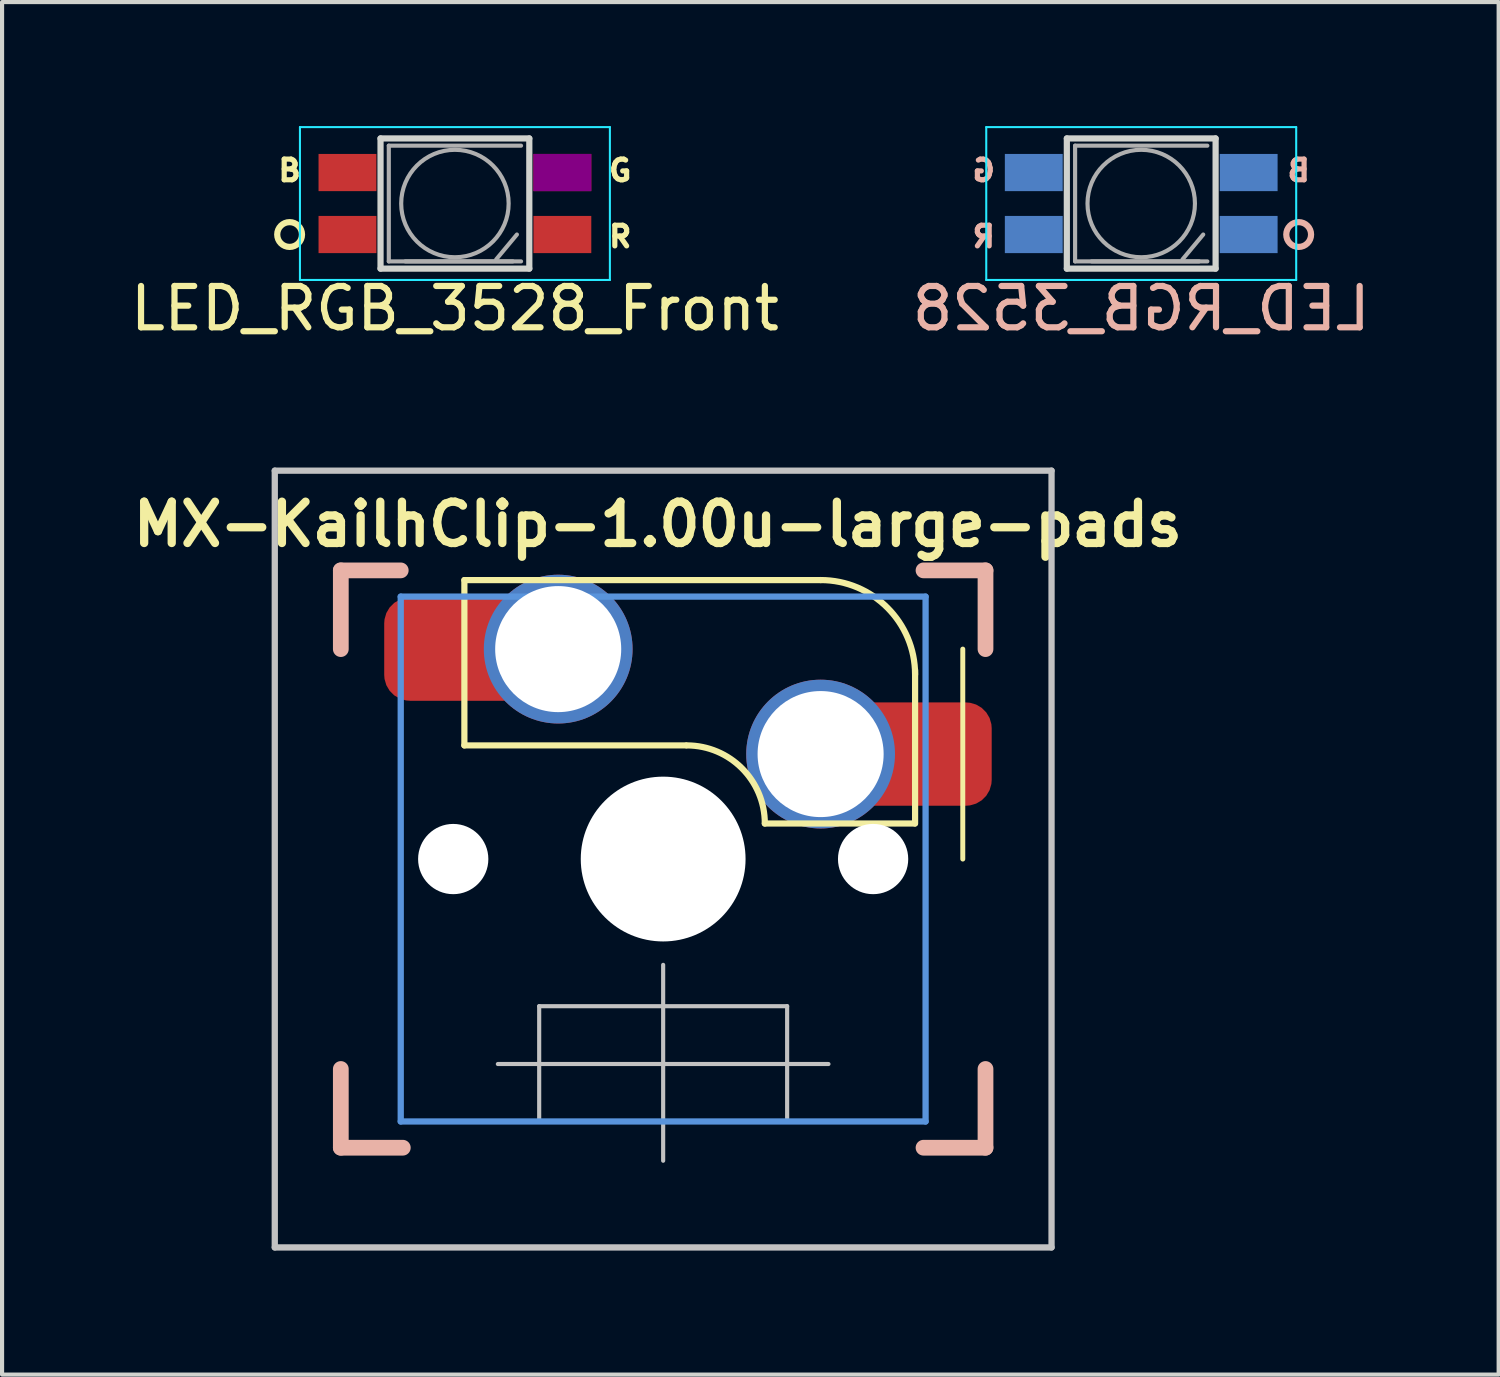
<source format=kicad_pcb>
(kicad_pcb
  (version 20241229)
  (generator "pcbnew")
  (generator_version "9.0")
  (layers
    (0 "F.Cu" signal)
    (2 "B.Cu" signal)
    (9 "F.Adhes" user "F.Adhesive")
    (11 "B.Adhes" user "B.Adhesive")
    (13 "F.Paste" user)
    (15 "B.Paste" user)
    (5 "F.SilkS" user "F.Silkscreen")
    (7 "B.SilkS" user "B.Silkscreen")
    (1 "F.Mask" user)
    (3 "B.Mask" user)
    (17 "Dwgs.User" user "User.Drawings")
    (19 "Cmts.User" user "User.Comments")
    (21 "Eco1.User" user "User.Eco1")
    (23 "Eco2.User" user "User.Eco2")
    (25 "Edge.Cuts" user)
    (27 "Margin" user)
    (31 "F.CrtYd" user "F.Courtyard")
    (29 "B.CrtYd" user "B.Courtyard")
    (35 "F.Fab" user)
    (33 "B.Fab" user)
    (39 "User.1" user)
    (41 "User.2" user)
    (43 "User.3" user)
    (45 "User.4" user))
  (footprint "MX-KailhClip-1.00u-large-pads"
    (layer "F.Cu")
    (at 12.997 17.737)
    (property "Reference" "MX-KailhClip-1.00u-large-pads" (at -0.13 -8.1 0) (layer "F.SilkS") (effects (font (size 1 1) (thickness 0.2))))
    (attr through_hole)
    (fp_line (start -4.81 -6.75) (end -4.81 -2.75) (stroke (width 0.15) (type solid)) (layer "F.SilkS"))
    (fp_line (start -4.81 -6.75) (end 3.81 -6.75) (stroke (width 0.15) (type solid)) (layer "F.SilkS"))
    (fp_line (start -4.81 -2.75) (end 0.55 -2.75) (stroke (width 0.15) (type solid)) (layer "F.SilkS"))
    (fp_line (start 6.088 -0.86) (end 2.46 -0.86) (stroke (width 0.15) (type solid)) (layer "F.SilkS"))
    (fp_line (start 6.096 -4.572) (end 6.096 -0.86) (stroke (width 0.15) (type solid)) (layer "F.SilkS"))
    (fp_line (start 7.25 -5.08) (end 7.25 0) (stroke (width 0.12) (type solid)) (layer "F.SilkS"))
    (fp_arc (start 0.57 -2.75) (mid 1.906432 -2.196432) (end 2.46 -0.86) (stroke (width 0.15) (type solid)) (layer "F.SilkS"))
    (fp_arc (start 3.81 -6.751) (mid 5.426446 -6.081446) (end 6.096 -4.465) (stroke (width 0.15) (type solid)) (layer "F.SilkS"))
    (fp_line (start -7.8 -6.985) (end -6.35 -6.985) (stroke (width 0.381) (type solid)) (layer "B.SilkS"))
    (fp_line (start -7.8 -5.08) (end -7.8 -6.985) (stroke (width 0.381) (type solid)) (layer "B.SilkS"))
    (fp_line (start -7.8 6.985) (end -7.8 5.08) (stroke (width 0.381) (type solid)) (layer "B.SilkS"))
    (fp_line (start -6.3 6.985) (end -7.8 6.985) (stroke (width 0.381) (type solid)) (layer "B.SilkS"))
    (fp_line (start 6.3 -6.985) (end 7.8 -6.985) (stroke (width 0.381) (type solid)) (layer "B.SilkS"))
    (fp_line (start 7.8 -6.985) (end 7.8 -5.08) (stroke (width 0.381) (type solid)) (layer "B.SilkS"))
    (fp_line (start 7.8 5.08) (end 7.8 6.985) (stroke (width 0.381) (type solid)) (layer "B.SilkS"))
    (fp_line (start 7.8 6.985) (end 6.3 6.985) (stroke (width 0.381) (type solid)) (layer "B.SilkS"))
    (fp_line (start -9.398 -9.398) (end 9.398 -9.398) (stroke (width 0.152) (type solid)) (layer "Dwgs.User"))
    (fp_line (start -9.398 9.398) (end -9.398 -9.398) (stroke (width 0.152) (type solid)) (layer "Dwgs.User"))
    (fp_line (start -4 4.96) (end 4 4.96) (stroke (width 0.1) (type solid)) (layer "Dwgs.User"))
    (fp_line (start -3 3.56) (end -3 6.36) (stroke (width 0.1) (type solid)) (layer "Dwgs.User"))
    (fp_line (start -3 3.56) (end 3 3.56) (stroke (width 0.1) (type solid)) (layer "Dwgs.User"))
    (fp_line (start 0 2.56) (end 0 7.3) (stroke (width 0.1) (type solid)) (layer "Dwgs.User"))
    (fp_line (start 3 3.56) (end 3 6.36) (stroke (width 0.1) (type solid)) (layer "Dwgs.User"))
    (fp_line (start 3 6.36) (end -3 6.36) (stroke (width 0.1) (type solid)) (layer "Dwgs.User"))
    (fp_line (start 9.398 -9.398) (end 9.398 9.398) (stroke (width 0.152) (type solid)) (layer "Dwgs.User"))
    (fp_line (start 9.398 9.398) (end -9.398 9.398) (stroke (width 0.152) (type solid)) (layer "Dwgs.User"))
    (fp_line (start -6.35 -6.35) (end 6.35 -6.35) (stroke (width 0.152) (type solid)) (layer "Cmts.User"))
    (fp_line (start -6.35 6.35) (end -6.35 -6.35) (stroke (width 0.152) (type solid)) (layer "Cmts.User"))
    (fp_line (start 6.35 -6.35) (end 6.35 6.35) (stroke (width 0.152) (type solid)) (layer "Cmts.User"))
    (fp_line (start 6.35 6.35) (end -6.35 6.35) (stroke (width 0.152) (type solid)) (layer "Cmts.User"))
    (fp_line (start -7.8 -6.985) (end 7.8 -6.985) (stroke (width 0.152) (type solid)) (layer "Eco1.User"))
    (fp_line (start -7.8 6.985) (end -7.8 -6.985) (stroke (width 0.152) (type solid)) (layer "Eco1.User"))
    (fp_line (start 7.8 -6.985) (end 7.8 6.985) (stroke (width 0.152) (type solid)) (layer "Eco1.User"))
    (fp_line (start 7.8 6.985) (end -7.8 6.985) (stroke (width 0.152) (type solid)) (layer "Eco1.User"))
    (fp_line (start -7 -7) (end 7 -7) (stroke (width 0.01) (type solid)) (layer "Eco2.User"))
    (fp_line (start -7 7) (end -7 -7) (stroke (width 0.01) (type solid)) (layer "Eco2.User"))
    (fp_line (start 7 -7) (end 7 7) (stroke (width 0.01) (type solid)) (layer "Eco2.User"))
    (fp_line (start 7 7) (end -7 7) (stroke (width 0.01) (type solid)) (layer "Eco2.User"))
    (pad "" np_thru_hole circle (at -5.08 0) (size 1.7 1.7) (drill 1.7) (layers "*.Cu" "*.Mask"))
    (pad "" np_thru_hole circle (at 0 0) (size 3.988 3.988) (drill 3.988) (layers "*.Cu" "*.Mask"))
    (pad "" np_thru_hole circle (at 5.08 0) (size 1.7 1.7) (drill 1.7) (layers "*.Cu" "*.Mask"))
    (pad "1" smd roundrect (at -5 -5.08) (size 3.5 2.5) (layers "F.Cu" "F.Mask" "F.Paste") (roundrect_rratio 0.25))
    (pad "1" thru_hole circle (at -2.54 -5.08) (size 3.6 3.6) (drill 3.05) (layers "*.Cu" "*.Mask"))
    (pad "2" thru_hole circle (at 3.81 -2.54) (size 3.6 3.6) (drill 3.05) (layers "*.Cu" "*.Mask"))
    (pad "2" smd roundrect (at 6.2 -2.54) (size 3.5 2.5) (layers "F.Cu" "F.Mask" "F.Paste") (roundrect_rratio 0.25)))
  (footprint "LED_RGB_3528_Front"
    (layer "F.Cu")
    (at 7.958 1.875)
    (property "Reference" "LED_RGB_3528_Front" (at 0 2.54 0) (layer "F.SilkS") (effects (font (size 1 1) (thickness 0.15))))
    (property "Value" "${VALUE}" (at -0.2 -2.4 0) (layer "F.Fab") (hide yes) (effects (font (size 1 1) (thickness 0.15))))
    (attr smd)
    (fp_circle (center -4 0.75) (end -3.7 0.75) (stroke (width 0.15) (type solid)) (fill no) (layer "F.SilkS"))
    (fp_line (start -1.78 -1.59) (end -1.78 1.59) (stroke (width 0.05) (type solid)) (layer "B.SilkS"))
    (fp_line (start -1.78 -1.59) (end 1.78 -1.59) (stroke (width 0.05) (type solid)) (layer "B.SilkS"))
    (fp_line (start 1.78 -1.59) (end 1.78 1.59) (stroke (width 0.05) (type solid)) (layer "B.SilkS"))
    (fp_line (start 1.78 1.59) (end -1.78 1.59) (stroke (width 0.05) (type solid)) (layer "B.SilkS"))
    (fp_line (start -1.8 -1.575) (end 1.8 -1.575) (stroke (width 0.15) (type solid)) (layer "Edge.Cuts"))
    (fp_line (start -1.8 1.575) (end -1.8 -1.575) (stroke (width 0.15) (type solid)) (layer "Edge.Cuts"))
    (fp_line (start 1.8 -1.575) (end 1.8 1.575) (stroke (width 0.15) (type solid)) (layer "Edge.Cuts"))
    (fp_line (start 1.8 1.575) (end -1.8 1.575) (stroke (width 0.15) (type solid)) (layer "Edge.Cuts"))
    (fp_line (start -3.75 -1.85) (end -3.75 1.85) (stroke (width 0.05) (type solid)) (layer "B.CrtYd"))
    (fp_line (start -3.75 1.85) (end 3.75 1.85) (stroke (width 0.05) (type solid)) (layer "B.CrtYd"))
    (fp_line (start 3.75 -1.85) (end -3.75 -1.85) (stroke (width 0.05) (type solid)) (layer "B.CrtYd"))
    (fp_line (start 3.75 1.85) (end 3.75 -1.85) (stroke (width 0.05) (type solid)) (layer "B.CrtYd"))
    (fp_line (start -1.6 -1.4) (end -1.6 1.4) (stroke (width 0.1) (type solid)) (layer "F.Fab"))
    (fp_line (start -1.6 1.4) (end 1.4 1.4) (stroke (width 0.1) (type solid)) (layer "F.Fab"))
    (fp_line (start 1 1.35) (end 1.5 0.75) (stroke (width 0.1) (type solid)) (layer "F.Fab"))
    (fp_line (start 1.6 -1.4) (end -1.6 -1.4) (stroke (width 0.1) (type solid)) (layer "F.Fab"))
    (fp_line (start 1.6 1.4) (end -1.2 1.4) (stroke (width 0.1) (type solid)) (layer "F.Fab"))
    (fp_circle (center 0 0) (end 0 -1.3) (stroke (width 0.1) (type solid)) (fill no) (layer "F.Fab"))
    (fp_text user "G" (at 4 -0.8 0) (layer "F.SilkS") (effects (font (size 0.5 0.5) (thickness 0.125))))
    (fp_text user "R" (at 4 0.8 0) (layer "F.SilkS") (effects (font (size 0.5 0.5) (thickness 0.125))))
    (fp_text user "B" (at -4 -0.8 0) (layer "F.SilkS") (effects (font (size 0.5 0.5) (thickness 0.125))))
    (pad "1" smd rect (at 2.6 -0.75) (size 1.4 0.9) (layers "F.Cu" "F.Mask" "F.Adhes" "F.Paste"))
    (pad "2" smd rect (at 2.6 0.75) (size 1.4 0.9) (layers "F.Cu" "F.Mask" "F.Paste"))
    (pad "3" smd rect (at -2.6 -0.75) (size 1.4 0.9) (layers "F.Cu" "F.Mask" "F.Paste"))
    (pad "4" smd rect (at -2.6 0.75) (size 1.4 0.9) (layers "F.Cu" "F.Mask" "F.Paste")))
  (footprint "LED_RGB_3528"
    (layer "F.Cu")
    (at 24.565 1.875)
    (property "Reference" "LED_RGB_3528" (at 0 2.54 0) (layer "B.SilkS") (effects (font (size 1 1) (thickness 0.15)) (justify mirror)))
    (attr smd)
    (fp_line (start -1.78 -1.59) (end -1.78 1.59) (stroke (width 0.05) (type solid)) (layer "B.SilkS"))
    (fp_line (start -1.78 -1.59) (end 1.78 -1.59) (stroke (width 0.05) (type solid)) (layer "B.SilkS"))
    (fp_line (start 1.78 -1.59) (end 1.78 1.59) (stroke (width 0.05) (type solid)) (layer "B.SilkS"))
    (fp_line (start 1.78 1.59) (end -1.78 1.59) (stroke (width 0.05) (type solid)) (layer "B.SilkS"))
    (fp_circle (center 3.81 0.75) (end 4.11 0.75) (stroke (width 0.15) (type solid)) (fill no) (layer "B.SilkS"))
    (fp_line (start -1.8 -1.575) (end 1.8 -1.575) (stroke (width 0.15) (type solid)) (layer "Edge.Cuts"))
    (fp_line (start -1.8 1.575) (end -1.8 -1.575) (stroke (width 0.15) (type solid)) (layer "Edge.Cuts"))
    (fp_line (start 1.8 -1.575) (end 1.8 1.575) (stroke (width 0.15) (type solid)) (layer "Edge.Cuts"))
    (fp_line (start 1.8 1.575) (end -1.8 1.575) (stroke (width 0.15) (type solid)) (layer "Edge.Cuts"))
    (fp_line (start -3.75 -1.85) (end -3.75 1.85) (stroke (width 0.05) (type solid)) (layer "B.CrtYd"))
    (fp_line (start -3.75 1.85) (end 3.75 1.85) (stroke (width 0.05) (type solid)) (layer "B.CrtYd"))
    (fp_line (start 3.75 -1.85) (end -3.75 -1.85) (stroke (width 0.05) (type solid)) (layer "B.CrtYd"))
    (fp_line (start 3.75 1.85) (end 3.75 -1.85) (stroke (width 0.05) (type solid)) (layer "B.CrtYd"))
    (fp_line (start -1.6 -1.4) (end -1.6 1.4) (stroke (width 0.1) (type solid)) (layer "F.Fab"))
    (fp_line (start -1.6 1.4) (end 1.4 1.4) (stroke (width 0.1) (type solid)) (layer "F.Fab"))
    (fp_line (start 1 1.35) (end 1.5 0.75) (stroke (width 0.1) (type solid)) (layer "F.Fab"))
    (fp_line (start 1.6 -1.4) (end -1.6 -1.4) (stroke (width 0.1) (type solid)) (layer "F.Fab"))
    (fp_line (start 1.6 1.4) (end -1.2 1.4) (stroke (width 0.1) (type solid)) (layer "F.Fab"))
    (fp_circle (center 0 0) (end 0 -1.3) (stroke (width 0.1) (type solid)) (fill no) (layer "F.Fab"))
    (fp_text user "G" (at -3.81 -0.8 0) (layer "B.SilkS") (effects (font (size 0.5 0.5) (thickness 0.125)) (justify mirror)))
    (fp_text user "R" (at -3.81 0.8 0) (layer "B.SilkS") (effects (font (size 0.5 0.5) (thickness 0.125)) (justify mirror)))
    (fp_text user "B" (at 3.81 -0.8 0) (layer "B.SilkS") (effects (font (size 0.5 0.5) (thickness 0.125)) (justify mirror)))
    (pad "1" smd rect (at -2.6 -0.75) (size 1.4 0.9) (layers "B.Cu" "B.Mask" "B.Paste"))
    (pad "2" smd rect (at -2.6 0.75) (size 1.4 0.9) (layers "B.Cu" "B.Mask" "B.Paste"))
    (pad "3" smd rect (at 2.6 -0.75) (size 1.4 0.9) (layers "B.Cu" "B.Mask" "B.Adhes" "B.Paste"))
    (pad "4" smd rect (at 2.6 0.75) (size 1.4 0.9) (layers "B.Cu" "B.Mask" "B.Paste")))
  (gr_rect
    (start -3 -3)
    (end 33.214 30.212)
    (stroke (width 0.1) (type default))
    (fill no)
    (layer "Edge.Cuts")))
</source>
